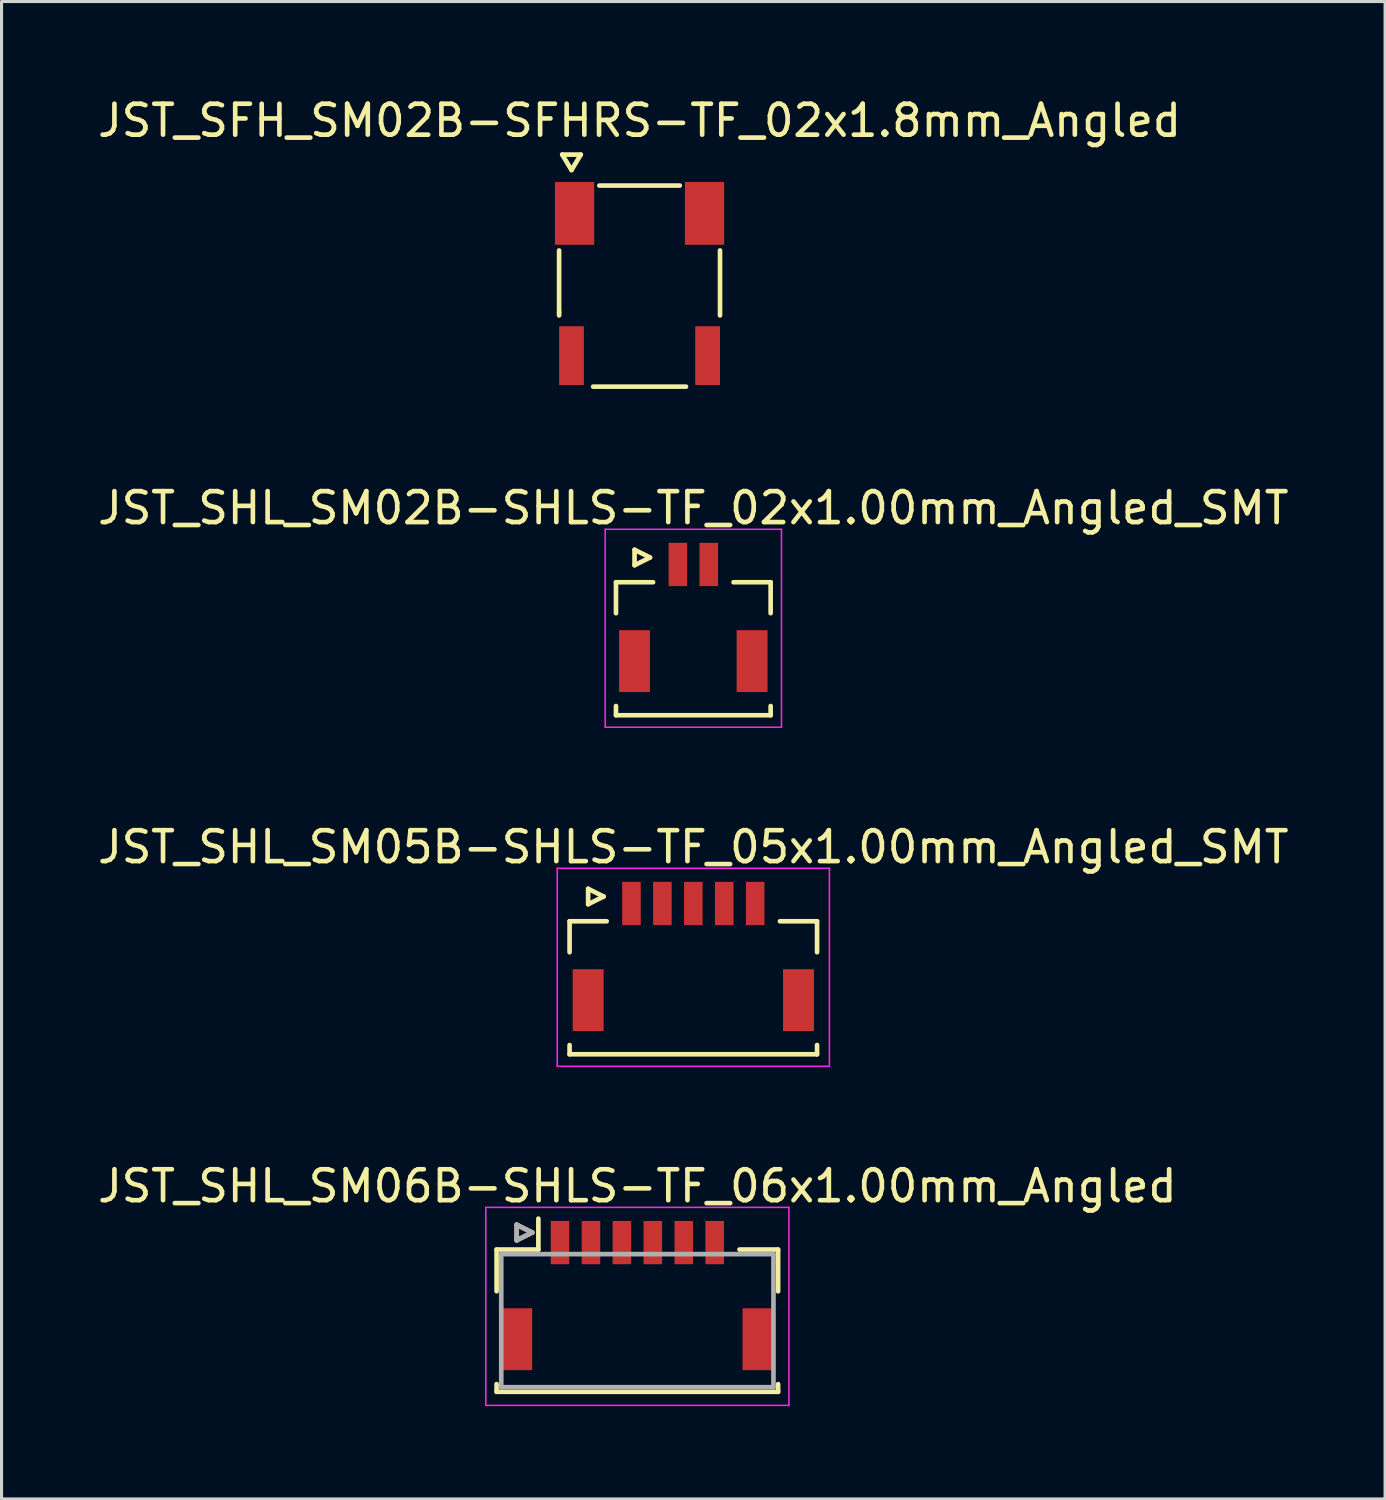
<source format=kicad_pcb>
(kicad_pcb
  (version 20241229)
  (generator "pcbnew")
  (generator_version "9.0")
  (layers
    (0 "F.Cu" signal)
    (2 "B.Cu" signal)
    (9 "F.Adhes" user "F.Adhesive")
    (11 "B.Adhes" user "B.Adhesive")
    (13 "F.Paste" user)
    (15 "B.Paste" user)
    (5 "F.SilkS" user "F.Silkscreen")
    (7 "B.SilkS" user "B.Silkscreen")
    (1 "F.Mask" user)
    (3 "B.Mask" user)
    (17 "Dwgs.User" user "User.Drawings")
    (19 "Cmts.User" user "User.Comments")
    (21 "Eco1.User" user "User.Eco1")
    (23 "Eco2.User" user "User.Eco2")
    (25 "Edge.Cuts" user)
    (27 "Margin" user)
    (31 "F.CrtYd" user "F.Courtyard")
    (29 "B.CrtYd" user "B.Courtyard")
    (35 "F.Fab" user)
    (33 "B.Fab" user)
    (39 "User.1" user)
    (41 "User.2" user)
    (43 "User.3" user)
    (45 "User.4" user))
  (footprint "JST_SHL_SM06B-SHLS-TF_06x1.00mm_Angled"
    (layer "F.Cu")
    (at 17.554 38.681)
    (property "Reference" "JST_SHL_SM06B-SHLS-TF_06x1.00mm_Angled" (at 0 -3.388 0) (layer "F.SilkS") (effects (font (size 1 1) (thickness 0.15))))
    (attr smd)
    (fp_line (start -4.55 -1.337) (end -3.2 -1.337) (stroke (width 0.15) (type solid)) (layer "F.SilkS"))
    (fp_line (start -4.55 0.013) (end -4.55 -1.337) (stroke (width 0.15) (type solid)) (layer "F.SilkS"))
    (fp_line (start -4.55 3.013) (end -4.55 3.263) (stroke (width 0.15) (type solid)) (layer "F.SilkS"))
    (fp_line (start -4.55 3.263) (end 4.55 3.263) (stroke (width 0.15) (type solid)) (layer "F.SilkS"))
    (fp_line (start -3.9 -2.138) (end -3.9 -1.637) (stroke (width 0.15) (type solid)) (layer "F.SilkS"))
    (fp_line (start -3.9 -1.637) (end -3.4 -1.887) (stroke (width 0.15) (type solid)) (layer "F.SilkS"))
    (fp_line (start -3.4 -1.887) (end -3.9 -2.138) (stroke (width 0.15) (type solid)) (layer "F.SilkS"))
    (fp_line (start -3.2 -1.337) (end -3.2 -2.337) (stroke (width 0.15) (type solid)) (layer "F.SilkS"))
    (fp_line (start 4.55 -1.337) (end 3.3 -1.337) (stroke (width 0.15) (type solid)) (layer "F.SilkS"))
    (fp_line (start 4.55 0.013) (end 4.55 -1.337) (stroke (width 0.15) (type solid)) (layer "F.SilkS"))
    (fp_line (start 4.55 3.263) (end 4.55 3.013) (stroke (width 0.15) (type solid)) (layer "F.SilkS"))
    (fp_line (start -4.9 -2.7) (end -4.9 3.7) (stroke (width 0.05) (type solid)) (layer "F.CrtYd"))
    (fp_line (start -4.9 3.7) (end 4.9 3.7) (stroke (width 0.05) (type solid)) (layer "F.CrtYd"))
    (fp_line (start 4.9 -2.7) (end -4.9 -2.7) (stroke (width 0.05) (type solid)) (layer "F.CrtYd"))
    (fp_line (start 4.9 3.7) (end 4.9 -2.7) (stroke (width 0.05) (type solid)) (layer "F.CrtYd"))
    (fp_line (start -4.4 -1.188) (end -4.4 3.112) (stroke (width 0.15) (type solid)) (layer "F.Fab"))
    (fp_line (start -4.4 3.112) (end 4.4 3.112) (stroke (width 0.15) (type solid)) (layer "F.Fab"))
    (fp_line (start -3.9 -2.138) (end -3.9 -1.637) (stroke (width 0.15) (type solid)) (layer "F.Fab"))
    (fp_line (start -3.9 -1.637) (end -3.4 -1.887) (stroke (width 0.15) (type solid)) (layer "F.Fab"))
    (fp_line (start -3.4 -1.887) (end -3.9 -2.138) (stroke (width 0.15) (type solid)) (layer "F.Fab"))
    (fp_line (start 4.4 -1.188) (end -4.4 -1.188) (stroke (width 0.15) (type solid)) (layer "F.Fab"))
    (fp_line (start 4.4 3.112) (end 4.4 -1.188) (stroke (width 0.15) (type solid)) (layer "F.Fab"))
    (pad "" smd rect (at -3.9 1.562) (size 1 2) (layers "F.Cu" "F.Mask" "F.Paste"))
    (pad "" smd rect (at 3.9 1.562) (size 1 2) (layers "F.Cu" "F.Mask" "F.Paste"))
    (pad "1" smd rect (at -2.5 -1.562) (size 0.6 1.4) (layers "F.Cu" "F.Mask" "F.Paste"))
    (pad "2" smd rect (at -1.5 -1.562) (size 0.6 1.4) (layers "F.Cu" "F.Mask" "F.Paste"))
    (pad "3" smd rect (at -0.5 -1.562) (size 0.6 1.4) (layers "F.Cu" "F.Mask" "F.Paste"))
    (pad "4" smd rect (at 0.5 -1.562) (size 0.6 1.4) (layers "F.Cu" "F.Mask" "F.Paste"))
    (pad "5" smd rect (at 1.5 -1.562) (size 0.6 1.4) (layers "F.Cu" "F.Mask" "F.Paste"))
    (pad "6" smd rect (at 2.5 -1.562) (size 0.6 1.4) (layers "F.Cu" "F.Mask" "F.Paste")))
  (footprint "JST_SHL_SM02B-SHLS-TF_02x1.00mm_Angled_SMT"
    (layer "F.Cu")
    (at 19.363 16.76)
    (property "Reference" "JST_SHL_SM02B-SHLS-TF_02x1.00mm_Angled_SMT" (at 0 -3.388 0) (layer "F.SilkS") (effects (font (size 1 1) (thickness 0.15))))
    (attr smd)
    (fp_line (start -2.5 -0.988) (end -1.3 -0.988) (stroke (width 0.15) (type solid)) (layer "F.SilkS"))
    (fp_line (start -2.5 0.013) (end -2.5 -0.988) (stroke (width 0.15) (type solid)) (layer "F.SilkS"))
    (fp_line (start -2.5 3.013) (end -2.5 3.312) (stroke (width 0.15) (type solid)) (layer "F.SilkS"))
    (fp_line (start -2.5 3.312) (end 2.5 3.312) (stroke (width 0.15) (type solid)) (layer "F.SilkS"))
    (fp_line (start -1.9 -2.038) (end -1.9 -1.538) (stroke (width 0.15) (type solid)) (layer "F.SilkS"))
    (fp_line (start -1.9 -1.538) (end -1.4 -1.788) (stroke (width 0.15) (type solid)) (layer "F.SilkS"))
    (fp_line (start -1.4 -1.788) (end -1.9 -2.038) (stroke (width 0.15) (type solid)) (layer "F.SilkS"))
    (fp_line (start 2.5 -0.988) (end 1.3 -0.988) (stroke (width 0.15) (type solid)) (layer "F.SilkS"))
    (fp_line (start 2.5 0.013) (end 2.5 -0.988) (stroke (width 0.15) (type solid)) (layer "F.SilkS"))
    (fp_line (start 2.5 3.312) (end 2.5 3.013) (stroke (width 0.15) (type solid)) (layer "F.SilkS"))
    (fp_line (start -2.85 -2.7) (end -2.85 3.7) (stroke (width 0.05) (type solid)) (layer "F.CrtYd"))
    (fp_line (start -2.85 3.7) (end 2.85 3.7) (stroke (width 0.05) (type solid)) (layer "F.CrtYd"))
    (fp_line (start 2.85 -2.7) (end -2.85 -2.7) (stroke (width 0.05) (type solid)) (layer "F.CrtYd"))
    (fp_line (start 2.85 3.7) (end 2.85 -2.7) (stroke (width 0.05) (type solid)) (layer "F.CrtYd"))
    (pad "" smd rect (at -1.9 1.562) (size 1 2) (layers "F.Cu" "F.Mask" "F.Paste"))
    (pad "" smd rect (at 1.9 1.562) (size 1 2) (layers "F.Cu" "F.Mask" "F.Paste"))
    (pad "1" smd rect (at -0.5 -1.562) (size 0.6 1.4) (layers "F.Cu" "F.Mask" "F.Paste"))
    (pad "2" smd rect (at 0.5 -1.562) (size 0.6 1.4) (layers "F.Cu" "F.Mask" "F.Paste")))
  (footprint "JST_SFH_SM02B-SFHRS-TF_02x1.8mm_Angled"
    (layer "F.Cu")
    (at 17.625 3.848)
    (property "Reference" "JST_SFH_SM02B-SFHRS-TF_02x1.8mm_Angled" (at 0 -3 0) (layer "F.SilkS") (effects (font (size 1 1) (thickness 0.15))))
    (attr smd)
    (fp_line (start -2.601 1.199) (end -2.601 3.2) (stroke (width 0.15) (type solid)) (layer "F.SilkS"))
    (fp_line (start -2.601 3.2) (end -2.601 3.299) (stroke (width 0.15) (type solid)) (layer "F.SilkS"))
    (fp_line (start -2.5 -1.9) (end -2.2 -1.4) (stroke (width 0.15) (type solid)) (layer "F.SilkS"))
    (fp_line (start -2.2 -1.4) (end -1.9 -1.9) (stroke (width 0.15) (type solid)) (layer "F.SilkS"))
    (fp_line (start -1.9 -1.9) (end -2.5 -1.9) (stroke (width 0.15) (type solid)) (layer "F.SilkS"))
    (fp_line (start -1.3 -0.899) (end 1.3 -0.899) (stroke (width 0.15) (type solid)) (layer "F.SilkS"))
    (fp_line (start 1.501 5.601) (end -1.501 5.601) (stroke (width 0.15) (type solid)) (layer "F.SilkS"))
    (fp_line (start 2.601 1.199) (end 2.601 3.299) (stroke (width 0.15) (type solid)) (layer "F.SilkS"))
    (pad "" smd rect (at -2.2 4.6) (size 0.8 1.9) (layers "F.Cu" "F.Mask" "F.Paste"))
    (pad "" smd rect (at 2.2 4.6) (size 0.8 1.9) (layers "F.Cu" "F.Mask" "F.Paste"))
    (pad "1" smd rect (at -2.101 0) (size 1.27 2.032) (layers "F.Cu" "F.Mask" "F.Paste"))
    (pad "2" smd rect (at 2.101 0) (size 1.27 2.032) (layers "F.Cu" "F.Mask" "F.Paste")))
  (footprint "JST_SHL_SM05B-SHLS-TF_05x1.00mm_Angled_SMT"
    (layer "F.Cu")
    (at 19.363 27.72)
    (property "Reference" "JST_SHL_SM05B-SHLS-TF_05x1.00mm_Angled_SMT" (at 0 -3.388 0) (layer "F.SilkS") (effects (font (size 1 1) (thickness 0.15))))
    (attr smd)
    (fp_line (start -4 -0.988) (end -2.8 -0.988) (stroke (width 0.15) (type solid)) (layer "F.SilkS"))
    (fp_line (start -4 0.013) (end -4 -0.988) (stroke (width 0.15) (type solid)) (layer "F.SilkS"))
    (fp_line (start -4 3.013) (end -4 3.312) (stroke (width 0.15) (type solid)) (layer "F.SilkS"))
    (fp_line (start -4 3.312) (end 4 3.312) (stroke (width 0.15) (type solid)) (layer "F.SilkS"))
    (fp_line (start -3.4 -2.038) (end -3.4 -1.538) (stroke (width 0.15) (type solid)) (layer "F.SilkS"))
    (fp_line (start -3.4 -1.538) (end -2.9 -1.788) (stroke (width 0.15) (type solid)) (layer "F.SilkS"))
    (fp_line (start -2.9 -1.788) (end -3.4 -2.038) (stroke (width 0.15) (type solid)) (layer "F.SilkS"))
    (fp_line (start 4 -0.988) (end 2.8 -0.988) (stroke (width 0.15) (type solid)) (layer "F.SilkS"))
    (fp_line (start 4 0.013) (end 4 -0.988) (stroke (width 0.15) (type solid)) (layer "F.SilkS"))
    (fp_line (start 4 3.312) (end 4 3.013) (stroke (width 0.15) (type solid)) (layer "F.SilkS"))
    (fp_line (start -4.4 -2.7) (end -4.4 3.7) (stroke (width 0.05) (type solid)) (layer "F.CrtYd"))
    (fp_line (start -4.4 3.7) (end 4.4 3.7) (stroke (width 0.05) (type solid)) (layer "F.CrtYd"))
    (fp_line (start 4.4 -2.7) (end -4.4 -2.7) (stroke (width 0.05) (type solid)) (layer "F.CrtYd"))
    (fp_line (start 4.4 3.7) (end 4.4 -2.7) (stroke (width 0.05) (type solid)) (layer "F.CrtYd"))
    (pad "" smd rect (at -3.4 1.562) (size 1 2) (layers "F.Cu" "F.Mask" "F.Paste"))
    (pad "" smd rect (at 3.4 1.562) (size 1 2) (layers "F.Cu" "F.Mask" "F.Paste"))
    (pad "1" smd rect (at -2 -1.562) (size 0.6 1.4) (layers "F.Cu" "F.Mask" "F.Paste"))
    (pad "2" smd rect (at -1 -1.562) (size 0.6 1.4) (layers "F.Cu" "F.Mask" "F.Paste"))
    (pad "3" smd rect (at 0 -1.562) (size 0.6 1.4) (layers "F.Cu" "F.Mask" "F.Paste"))
    (pad "4" smd rect (at 1 -1.562) (size 0.6 1.4) (layers "F.Cu" "F.Mask" "F.Paste"))
    (pad "5" smd rect (at 2 -1.562) (size 0.6 1.4) (layers "F.Cu" "F.Mask" "F.Paste")))
  (gr_rect
    (start -3 -3)
    (end 41.726 45.406)
    (stroke (width 0.1) (type default))
    (fill no)
    (layer "Edge.Cuts")))
</source>
